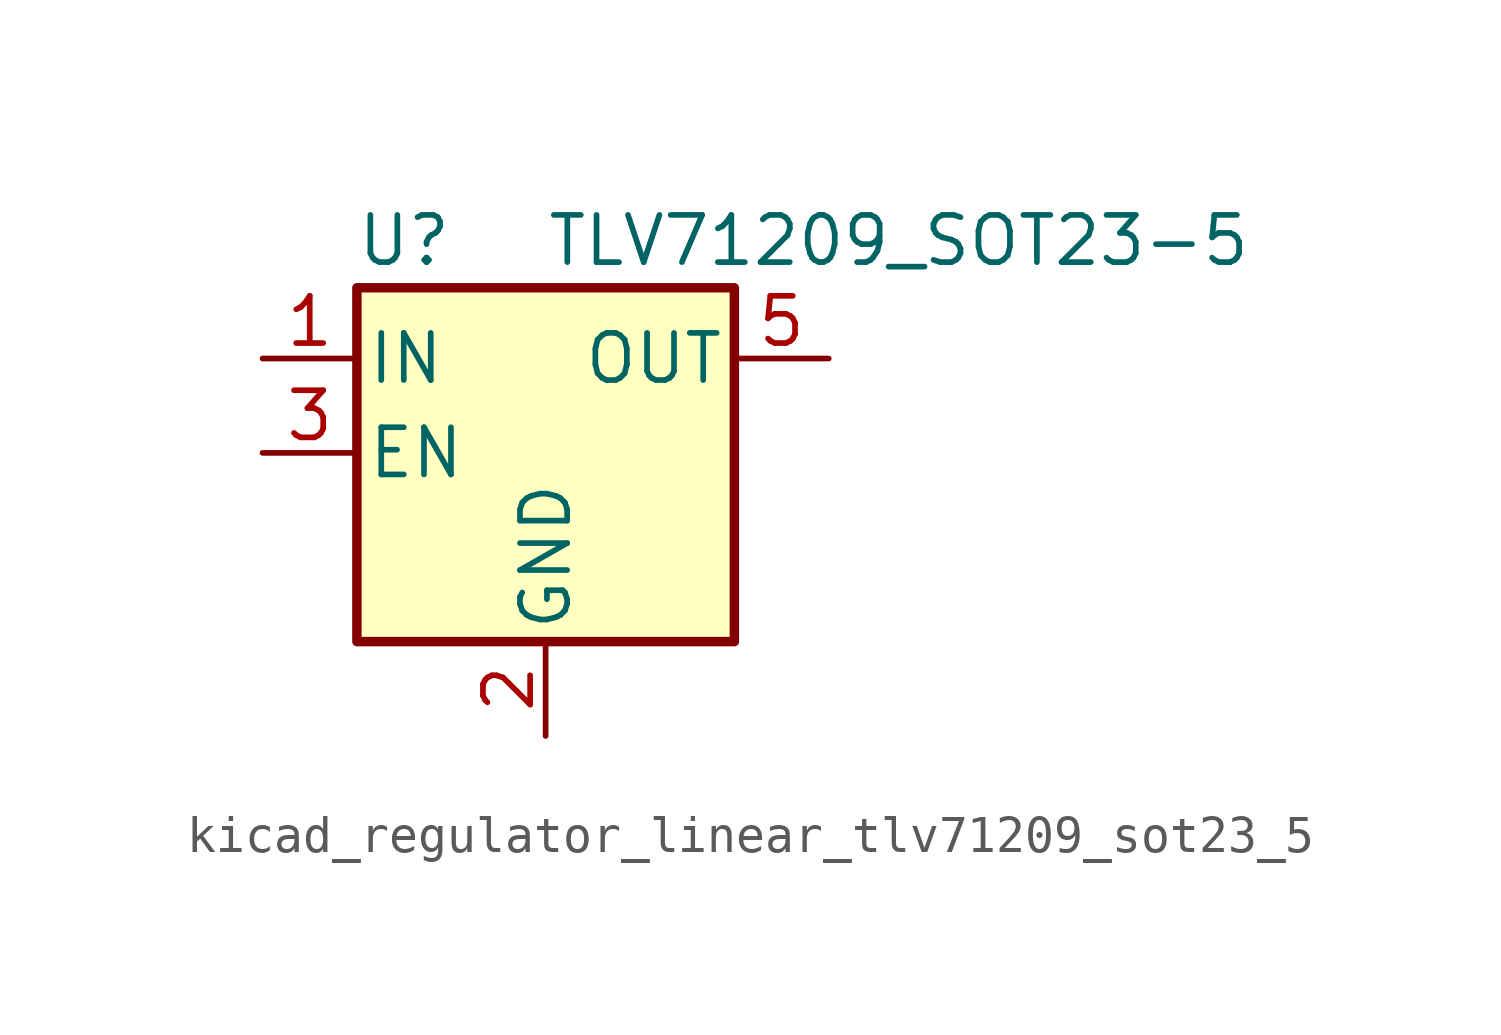
<source format=kicad_sym>
(kicad_symbol_lib
  (version 20220914)
  (generator kicad_symbol_editor)
  (symbol "kicad_regulator_linear_tlv71209_sot23_5"
    (pin_names
      (offset 0.254))
    (property "Reference" "U"
      (at -3.81 5.715 0)
      (effects (font (size 1.27 1.27))))
    (property "Value" "TLV71209_SOT23-5"
      (at 0 5.715 0)
      (effects (font (size 1.27 1.27)) (justify left)))
    (symbol "kicad_regulator_linear_tlv71209_sot23_5_0_1"
      (rectangle (start -5.08 4.445) (end 5.08 -5.08) (stroke (width 0.254) (type default)) (fill (type background))))
    (symbol "kicad_regulator_linear_tlv71209_sot23_5_1_1"
      (pin power_in line (at -7.62 2.54 0) (length 2.54) (name "IN" (effects (font (size 1.27 1.27)))) (number "1" (effects (font (size 1.27 1.27)))))
      (pin power_in line (at 0 -7.62 90) (length 2.54) (name "GND" (effects (font (size 1.27 1.27)))) (number "2" (effects (font (size 1.27 1.27)))))
      (pin input line (at -7.62 0 0) (length 2.54) (name "EN" (effects (font (size 1.27 1.27)))) (number "3" (effects (font (size 1.27 1.27)))))
      (pin no_connect line (at 5.08 0 180) (length 2.54) hide (name "NC" (effects (font (size 1.27 1.27)))) (number "4" (effects (font (size 1.27 1.27)))))
      (pin power_out line (at 7.62 2.54 180) (length 2.54) (name "OUT" (effects (font (size 1.27 1.27)))) (number "5" (effects (font (size 1.27 1.27))))))))
</source>
